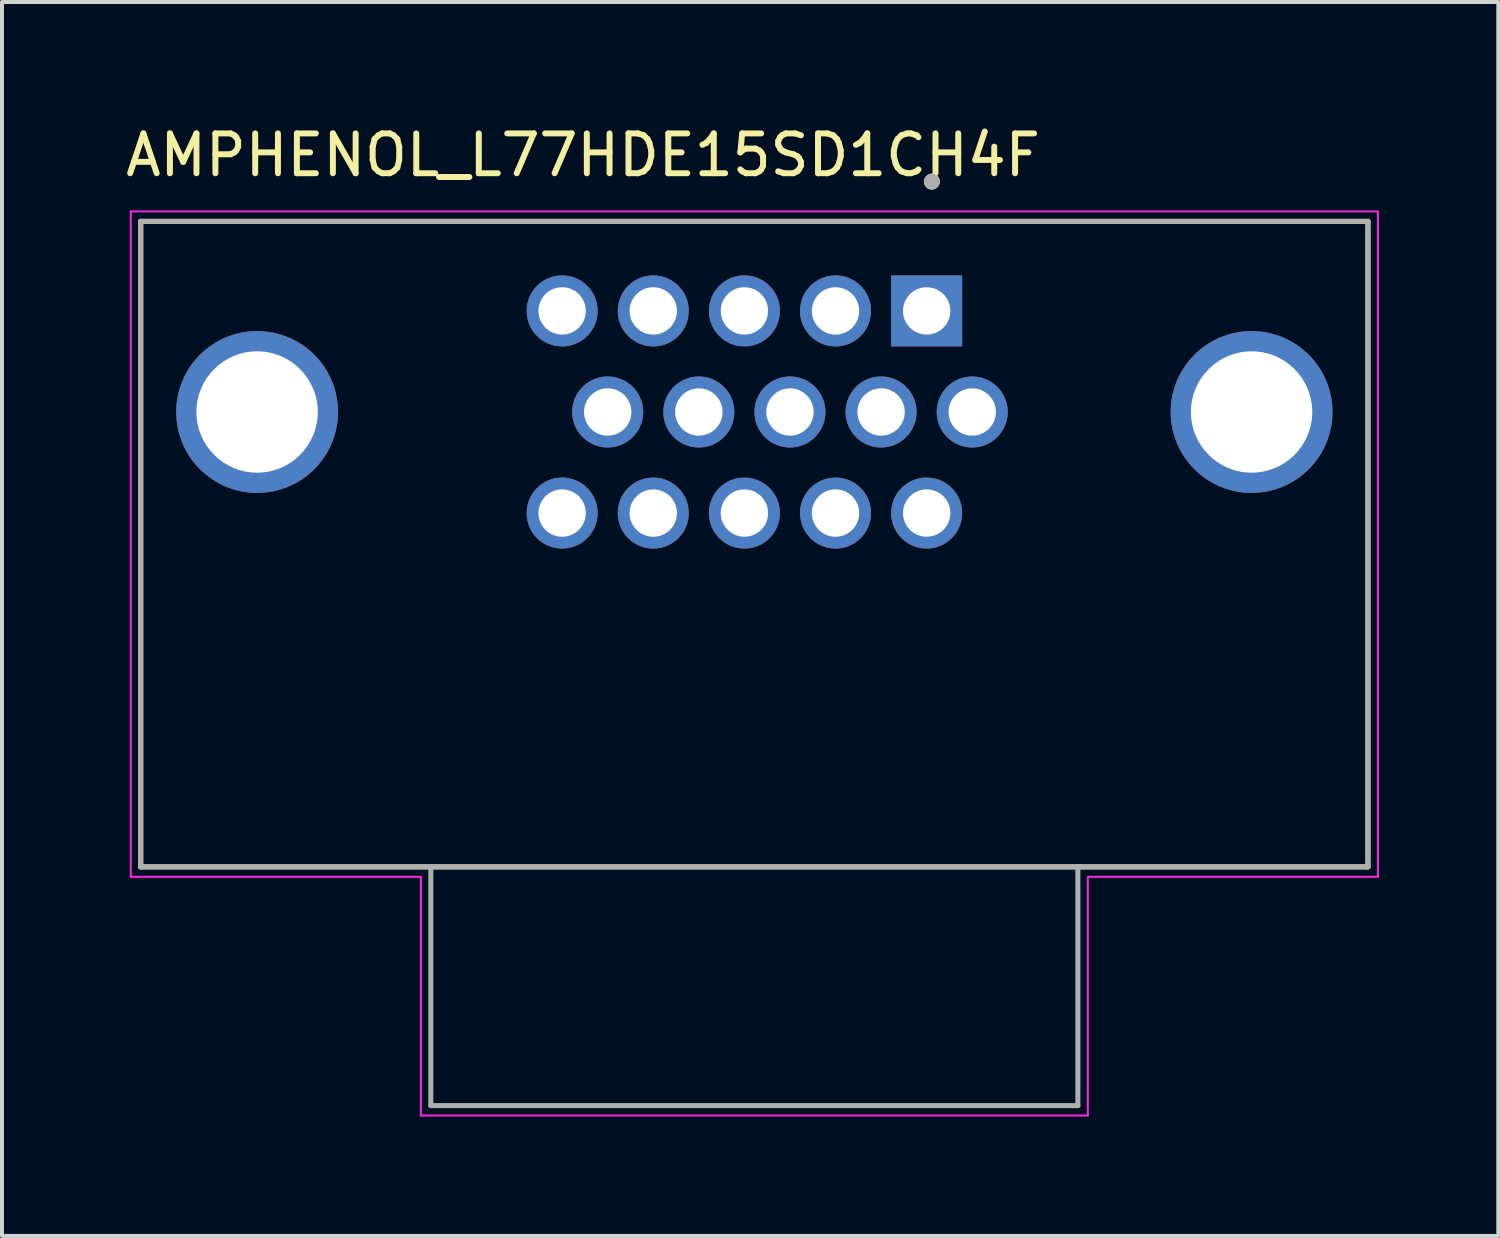
<source format=kicad_pcb>
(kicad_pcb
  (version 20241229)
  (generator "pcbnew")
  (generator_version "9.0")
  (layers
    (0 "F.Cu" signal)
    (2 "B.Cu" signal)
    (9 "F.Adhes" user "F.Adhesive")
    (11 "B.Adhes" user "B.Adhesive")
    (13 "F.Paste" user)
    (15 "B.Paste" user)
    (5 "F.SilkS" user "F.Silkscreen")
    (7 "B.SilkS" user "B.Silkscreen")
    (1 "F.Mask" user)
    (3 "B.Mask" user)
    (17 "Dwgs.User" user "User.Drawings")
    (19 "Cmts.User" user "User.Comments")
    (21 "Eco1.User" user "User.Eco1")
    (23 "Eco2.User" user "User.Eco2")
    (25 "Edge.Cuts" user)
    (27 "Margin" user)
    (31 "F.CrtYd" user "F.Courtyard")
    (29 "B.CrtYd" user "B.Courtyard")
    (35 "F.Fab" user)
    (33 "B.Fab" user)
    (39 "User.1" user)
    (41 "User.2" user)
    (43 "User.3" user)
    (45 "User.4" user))
  (footprint "AMPHENOL_L77HDE15SD1CH4F"
    (layer "F.Cu")
    (at 15.906 7.303)
    (property "Reference" "AMPHENOL_L77HDE15SD1CH4F" (at -4.305 -6.455 0) (layer "F.SilkS") (effects (font (size 1 1) (thickness 0.15))))
    (attr through_hole)
    (fp_line (start -15.42 -4.79) (end -15.42 11.43) (stroke (width 0.127) (type solid)) (layer "F.SilkS"))
    (fp_line (start -15.42 11.43) (end 15.42 11.43) (stroke (width 0.127) (type solid)) (layer "F.SilkS"))
    (fp_line (start 15.42 -4.79) (end -15.42 -4.79) (stroke (width 0.127) (type solid)) (layer "F.SilkS"))
    (fp_line (start 15.42 11.43) (end 15.42 -4.79) (stroke (width 0.127) (type solid)) (layer "F.SilkS"))
    (fp_circle (center 4.46 -5.79) (end 4.56 -5.79) (stroke (width 0.2) (type solid)) (fill no) (layer "F.SilkS"))
    (fp_line (start -15.67 -5.04) (end -15.67 11.68) (stroke (width 0.05) (type solid)) (layer "F.CrtYd"))
    (fp_line (start -15.67 11.68) (end -8.38 11.68) (stroke (width 0.05) (type solid)) (layer "F.CrtYd"))
    (fp_line (start -8.38 11.68) (end -8.38 17.68) (stroke (width 0.05) (type solid)) (layer "F.CrtYd"))
    (fp_line (start -8.38 17.68) (end 8.38 17.68) (stroke (width 0.05) (type solid)) (layer "F.CrtYd"))
    (fp_line (start 8.38 11.68) (end 15.67 11.68) (stroke (width 0.05) (type solid)) (layer "F.CrtYd"))
    (fp_line (start 8.38 17.68) (end 8.38 11.68) (stroke (width 0.05) (type solid)) (layer "F.CrtYd"))
    (fp_line (start 15.67 -5.04) (end -15.67 -5.04) (stroke (width 0.05) (type solid)) (layer "F.CrtYd"))
    (fp_line (start 15.67 11.68) (end 15.67 -5.04) (stroke (width 0.05) (type solid)) (layer "F.CrtYd"))
    (fp_line (start -15.42 -4.79) (end -15.42 11.43) (stroke (width 0.127) (type solid)) (layer "F.Fab"))
    (fp_line (start -15.42 11.43) (end -8.13 11.43) (stroke (width 0.127) (type solid)) (layer "F.Fab"))
    (fp_line (start -8.13 11.43) (end -8.13 17.43) (stroke (width 0.127) (type solid)) (layer "F.Fab"))
    (fp_line (start -8.13 17.43) (end 8.13 17.43) (stroke (width 0.127) (type solid)) (layer "F.Fab"))
    (fp_line (start 8.13 11.43) (end -8.13 11.43) (stroke (width 0.127) (type solid)) (layer "F.Fab"))
    (fp_line (start 8.13 11.43) (end 15.42 11.43) (stroke (width 0.127) (type solid)) (layer "F.Fab"))
    (fp_line (start 8.13 17.43) (end 8.13 11.43) (stroke (width 0.127) (type solid)) (layer "F.Fab"))
    (fp_line (start 15.42 -4.79) (end -15.42 -4.79) (stroke (width 0.127) (type solid)) (layer "F.Fab"))
    (fp_line (start 15.42 11.43) (end 15.42 -4.79) (stroke (width 0.127) (type solid)) (layer "F.Fab"))
    (fp_circle (center 4.46 -5.79) (end 4.56 -5.79) (stroke (width 0.2) (type solid)) (fill no) (layer "F.Fab"))
    (pad "1" thru_hole rect (at 4.33 -2.54) (size 1.785 1.785) (drill 1.19) (layers "*.Cu" "*.Mask"))
    (pad "2" thru_hole circle (at 2.04 -2.54) (size 1.785 1.785) (drill 1.19) (layers "*.Cu" "*.Mask"))
    (pad "3" thru_hole circle (at -0.25 -2.54) (size 1.785 1.785) (drill 1.19) (layers "*.Cu" "*.Mask"))
    (pad "4" thru_hole circle (at -2.54 -2.54) (size 1.785 1.785) (drill 1.19) (layers "*.Cu" "*.Mask"))
    (pad "5" thru_hole circle (at -4.83 -2.54) (size 1.785 1.785) (drill 1.19) (layers "*.Cu" "*.Mask"))
    (pad "6" thru_hole circle (at 5.475 0) (size 1.785 1.785) (drill 1.19) (layers "*.Cu" "*.Mask"))
    (pad "7" thru_hole circle (at 3.185 0) (size 1.785 1.785) (drill 1.19) (layers "*.Cu" "*.Mask"))
    (pad "8" thru_hole circle (at 0.895 0) (size 1.785 1.785) (drill 1.19) (layers "*.Cu" "*.Mask"))
    (pad "9" thru_hole circle (at -1.395 0) (size 1.785 1.785) (drill 1.19) (layers "*.Cu" "*.Mask"))
    (pad "10" thru_hole circle (at -3.685 0) (size 1.785 1.785) (drill 1.19) (layers "*.Cu" "*.Mask"))
    (pad "11" thru_hole circle (at 4.33 2.54) (size 1.785 1.785) (drill 1.19) (layers "*.Cu" "*.Mask"))
    (pad "12" thru_hole circle (at 2.04 2.54) (size 1.785 1.785) (drill 1.19) (layers "*.Cu" "*.Mask"))
    (pad "13" thru_hole circle (at -0.25 2.54) (size 1.785 1.785) (drill 1.19) (layers "*.Cu" "*.Mask"))
    (pad "14" thru_hole circle (at -2.54 2.54) (size 1.785 1.785) (drill 1.19) (layers "*.Cu" "*.Mask"))
    (pad "15" thru_hole circle (at -4.83 2.54) (size 1.785 1.785) (drill 1.19) (layers "*.Cu" "*.Mask"))
    (pad "S1" thru_hole circle (at -12.495 0) (size 4.066 4.066) (drill 3.05) (layers "*.Cu" "*.Mask"))
    (pad "S2" thru_hole circle (at 12.495 0) (size 4.066 4.066) (drill 3.05) (layers "*.Cu" "*.Mask")))
  (gr_rect
    (start -3 -3)
    (end 34.601 28.008)
    (stroke (width 0.1) (type default))
    (fill no)
    (layer "Edge.Cuts")))
</source>
